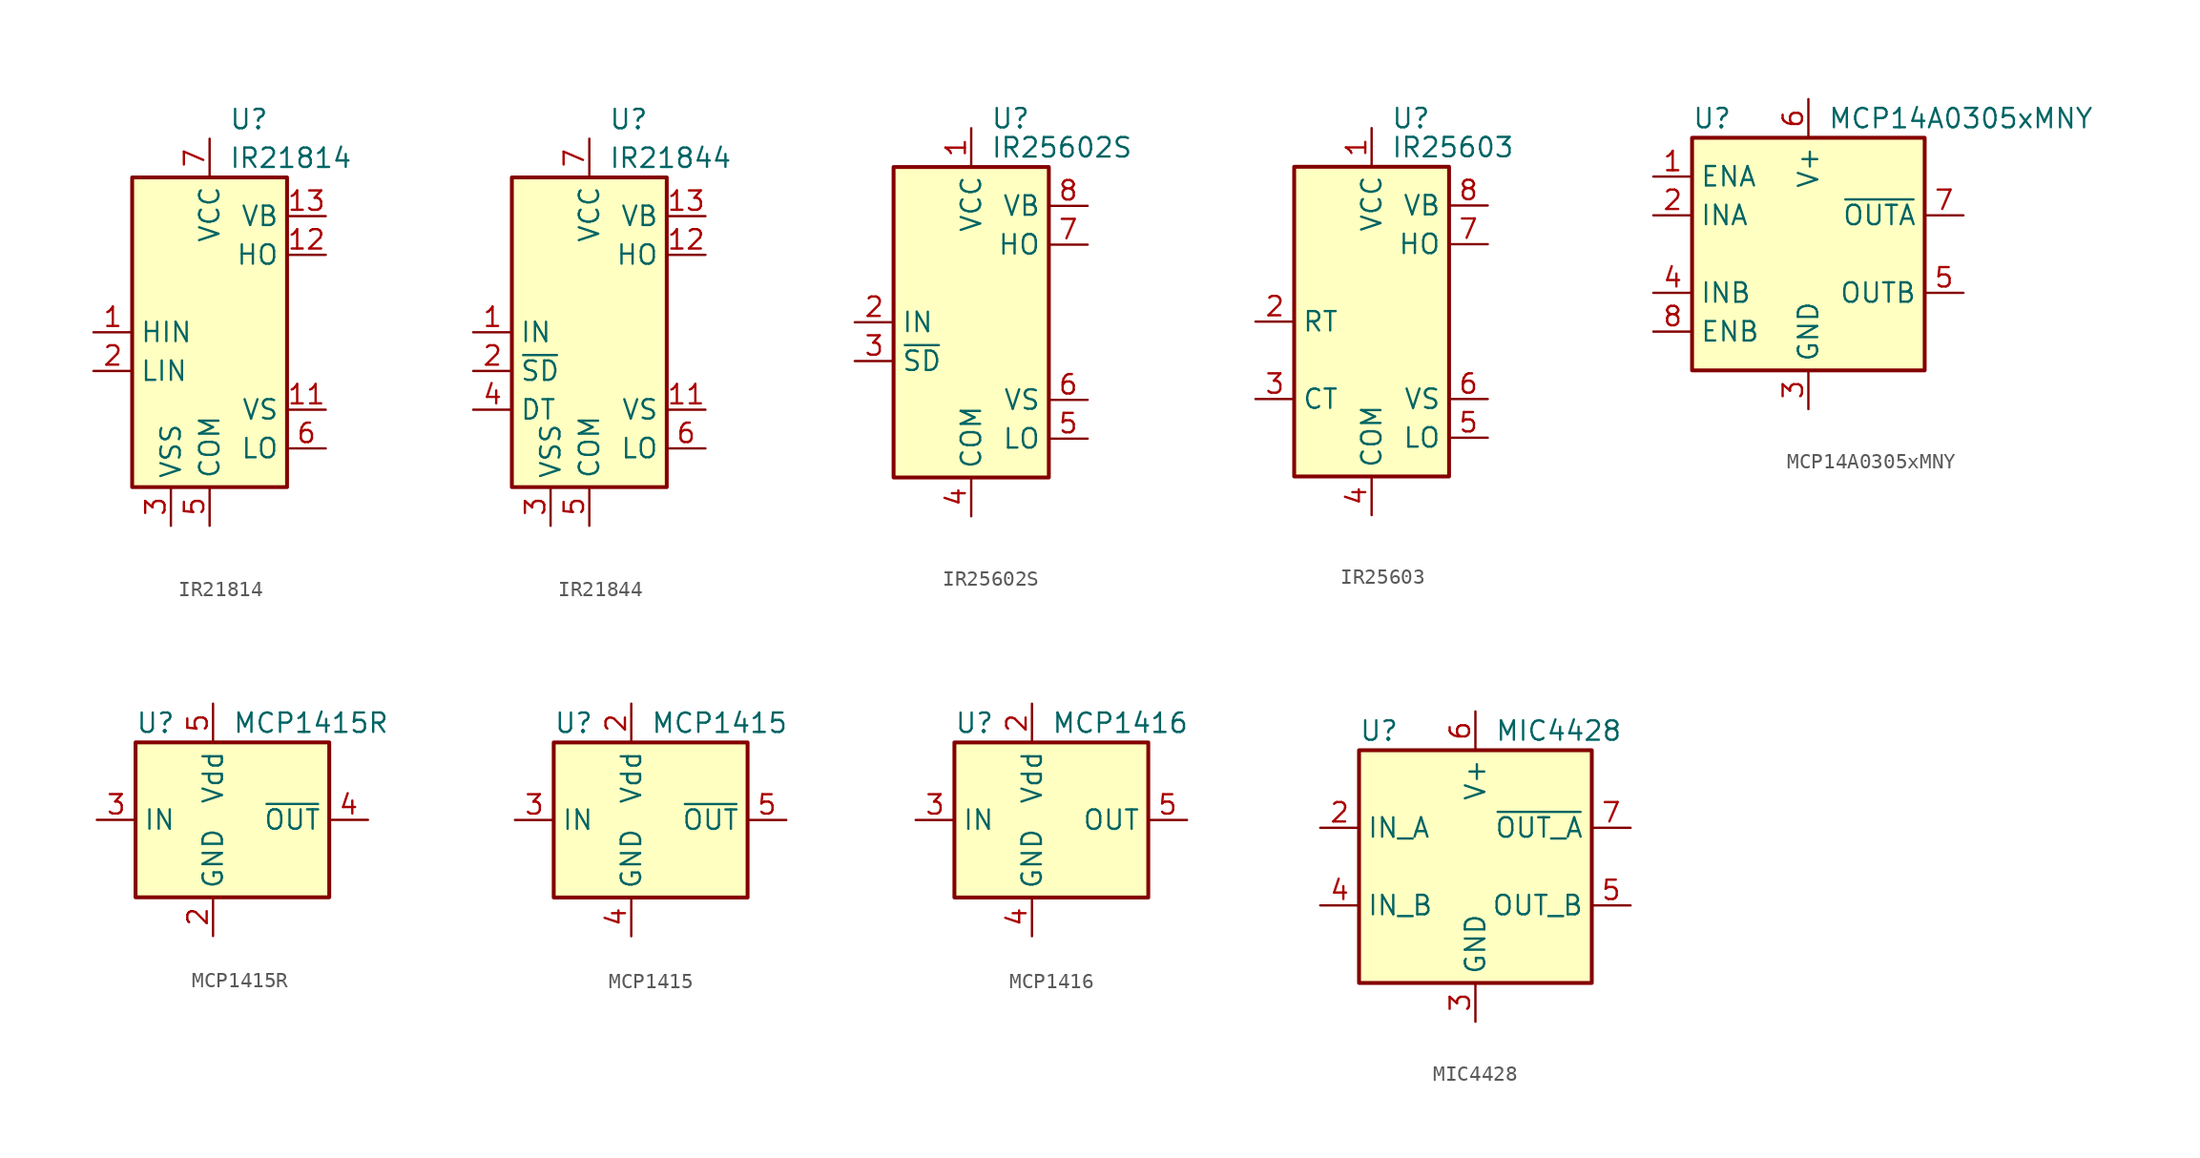
<source format=kicad_sym>
(kicad_symbol_lib
  (version 20201005)
  (generator kicad_symbol_editor)
  (symbol "IR21814"
    (property "Reference" "U"
      (at 1.27 13.97 0)
      (effects (font (size 1.27 1.27)) (justify left)))
    (property "Value" "IR21814"
      (at 1.27 11.43 0)
      (effects (font (size 1.27 1.27)) (justify left)))
    (symbol "IR21814_0_1"
      (rectangle (start -5.08 -10.16) (end 5.08 10.16) (stroke (width 0.254)) (fill (type background))))
    (symbol "IR21814_1_1"
      (pin input line (at -7.62 0 0) (length 2.54) (name "HIN" (effects (font (size 1.27 1.27)))) (number "1" (effects (font (size 1.27 1.27)))))
      (pin no_connect line (at 5.08 2.54 180) (length 2.54) hide (name "NC" (effects (font (size 1.27 1.27)))) (number "10" (effects (font (size 1.27 1.27)))))
      (pin passive line (at 7.62 -5.08 180) (length 2.54) (name "VS" (effects (font (size 1.27 1.27)))) (number "11" (effects (font (size 1.27 1.27)))))
      (pin output line (at 7.62 5.08 180) (length 2.54) (name "HO" (effects (font (size 1.27 1.27)))) (number "12" (effects (font (size 1.27 1.27)))))
      (pin passive line (at 7.62 7.62 180) (length 2.54) (name "VB" (effects (font (size 1.27 1.27)))) (number "13" (effects (font (size 1.27 1.27)))))
      (pin no_connect line (at 5.08 0 180) (length 2.54) hide (name "NC" (effects (font (size 1.27 1.27)))) (number "14" (effects (font (size 1.27 1.27)))))
      (pin input line (at -7.62 -2.54 0) (length 2.54) (name "LIN" (effects (font (size 1.27 1.27)))) (number "2" (effects (font (size 1.27 1.27)))))
      (pin power_in line (at -2.54 -12.7 90) (length 2.54) (name "VSS" (effects (font (size 1.27 1.27)))) (number "3" (effects (font (size 1.27 1.27)))))
      (pin no_connect line (at -5.08 7.62 0) (length 2.54) hide (name "NC" (effects (font (size 1.27 1.27)))) (number "4" (effects (font (size 1.27 1.27)))))
      (pin power_in line (at 0 -12.7 90) (length 2.54) (name "COM" (effects (font (size 1.27 1.27)))) (number "5" (effects (font (size 1.27 1.27)))))
      (pin output line (at 7.62 -7.62 180) (length 2.54) (name "LO" (effects (font (size 1.27 1.27)))) (number "6" (effects (font (size 1.27 1.27)))))
      (pin power_in line (at 0 12.7 270) (length 2.54) (name "VCC" (effects (font (size 1.27 1.27)))) (number "7" (effects (font (size 1.27 1.27)))))
      (pin no_connect line (at -5.08 5.08 0) (length 2.54) hide (name "NC" (effects (font (size 1.27 1.27)))) (number "8" (effects (font (size 1.27 1.27)))))
      (pin no_connect line (at -5.08 2.54 0) (length 2.54) hide (name "NC" (effects (font (size 1.27 1.27)))) (number "9" (effects (font (size 1.27 1.27)))))))
  (symbol "IR21844"
    (property "Reference" "U"
      (at 1.27 13.97 0)
      (effects (font (size 1.27 1.27)) (justify left)))
    (property "Value" "IR21844"
      (at 1.27 11.43 0)
      (effects (font (size 1.27 1.27)) (justify left)))
    (symbol "IR21844_0_1"
      (rectangle (start -5.08 -10.16) (end 5.08 10.16) (stroke (width 0.254)) (fill (type background))))
    (symbol "IR21844_1_1"
      (pin input line (at -7.62 0 0) (length 2.54) (name "IN" (effects (font (size 1.27 1.27)))) (number "1" (effects (font (size 1.27 1.27)))))
      (pin no_connect line (at -5.08 2.54 0) (length 2.54) hide (name "NC" (effects (font (size 1.27 1.27)))) (number "10" (effects (font (size 1.27 1.27)))))
      (pin passive line (at 7.62 -5.08 180) (length 2.54) (name "VS" (effects (font (size 1.27 1.27)))) (number "11" (effects (font (size 1.27 1.27)))))
      (pin output line (at 7.62 5.08 180) (length 2.54) (name "HO" (effects (font (size 1.27 1.27)))) (number "12" (effects (font (size 1.27 1.27)))))
      (pin passive line (at 7.62 7.62 180) (length 2.54) (name "VB" (effects (font (size 1.27 1.27)))) (number "13" (effects (font (size 1.27 1.27)))))
      (pin no_connect line (at 5.08 2.54 180) (length 2.54) hide (name "NC" (effects (font (size 1.27 1.27)))) (number "14" (effects (font (size 1.27 1.27)))))
      (pin input line (at -7.62 -2.54 0) (length 2.54) (name "~SD" (effects (font (size 1.27 1.27)))) (number "2" (effects (font (size 1.27 1.27)))))
      (pin power_in line (at -2.54 -12.7 90) (length 2.54) (name "VSS" (effects (font (size 1.27 1.27)))) (number "3" (effects (font (size 1.27 1.27)))))
      (pin input line (at -7.62 -5.08 0) (length 2.54) (name "DT" (effects (font (size 1.27 1.27)))) (number "4" (effects (font (size 1.27 1.27)))))
      (pin power_in line (at 0 -12.7 90) (length 2.54) (name "COM" (effects (font (size 1.27 1.27)))) (number "5" (effects (font (size 1.27 1.27)))))
      (pin output line (at 7.62 -7.62 180) (length 2.54) (name "LO" (effects (font (size 1.27 1.27)))) (number "6" (effects (font (size 1.27 1.27)))))
      (pin power_in line (at 0 12.7 270) (length 2.54) (name "VCC" (effects (font (size 1.27 1.27)))) (number "7" (effects (font (size 1.27 1.27)))))
      (pin no_connect line (at -5.08 7.62 0) (length 2.54) hide (name "NC" (effects (font (size 1.27 1.27)))) (number "8" (effects (font (size 1.27 1.27)))))
      (pin no_connect line (at -5.08 5.08 0) (length 2.54) hide (name "NC" (effects (font (size 1.27 1.27)))) (number "9" (effects (font (size 1.27 1.27)))))))
  (symbol "IR25602S"
    (property "Reference" "U"
      (at 1.27 13.335 0)
      (effects (font (size 1.27 1.27)) (justify left)))
    (property "Value" "IR25602S"
      (at 1.27 11.43 0)
      (effects (font (size 1.27 1.27)) (justify left)))
    (symbol "IR25602S_0_1"
      (rectangle (start -5.08 -10.16) (end 5.08 10.16) (stroke (width 0.254)) (fill (type background))))
    (symbol "IR25602S_1_1"
      (pin power_in line (at 0 12.7 270) (length 2.54) (name "VCC" (effects (font (size 1.27 1.27)))) (number "1" (effects (font (size 1.27 1.27)))))
      (pin input line (at -7.62 0 0) (length 2.54) (name "IN" (effects (font (size 1.27 1.27)))) (number "2" (effects (font (size 1.27 1.27)))))
      (pin input line (at -7.62 -2.54 0) (length 2.54) (name "~SD" (effects (font (size 1.27 1.27)))) (number "3" (effects (font (size 1.27 1.27)))))
      (pin power_in line (at 0 -12.7 90) (length 2.54) (name "COM" (effects (font (size 1.27 1.27)))) (number "4" (effects (font (size 1.27 1.27)))))
      (pin output line (at 7.62 -7.62 180) (length 2.54) (name "LO" (effects (font (size 1.27 1.27)))) (number "5" (effects (font (size 1.27 1.27)))))
      (pin passive line (at 7.62 -5.08 180) (length 2.54) (name "VS" (effects (font (size 1.27 1.27)))) (number "6" (effects (font (size 1.27 1.27)))))
      (pin output line (at 7.62 5.08 180) (length 2.54) (name "HO" (effects (font (size 1.27 1.27)))) (number "7" (effects (font (size 1.27 1.27)))))
      (pin passive line (at 7.62 7.62 180) (length 2.54) (name "VB" (effects (font (size 1.27 1.27)))) (number "8" (effects (font (size 1.27 1.27)))))))
  (symbol "IR25603"
    (property "Reference" "U"
      (at 1.27 13.335 0)
      (effects (font (size 1.27 1.27)) (justify left)))
    (property "Value" "IR25603"
      (at 1.27 11.43 0)
      (effects (font (size 1.27 1.27)) (justify left)))
    (symbol "IR25603_0_1"
      (rectangle (start -5.08 -10.16) (end 5.08 10.16) (stroke (width 0.254)) (fill (type background))))
    (symbol "IR25603_1_1"
      (pin power_in line (at 0 12.7 270) (length 2.54) (name "VCC" (effects (font (size 1.27 1.27)))) (number "1" (effects (font (size 1.27 1.27)))))
      (pin passive line (at -7.62 0 0) (length 2.54) (name "RT" (effects (font (size 1.27 1.27)))) (number "2" (effects (font (size 1.27 1.27)))))
      (pin passive line (at -7.62 -5.08 0) (length 2.54) (name "CT" (effects (font (size 1.27 1.27)))) (number "3" (effects (font (size 1.27 1.27)))))
      (pin power_in line (at 0 -12.7 90) (length 2.54) (name "COM" (effects (font (size 1.27 1.27)))) (number "4" (effects (font (size 1.27 1.27)))))
      (pin output line (at 7.62 -7.62 180) (length 2.54) (name "LO" (effects (font (size 1.27 1.27)))) (number "5" (effects (font (size 1.27 1.27)))))
      (pin passive line (at 7.62 -5.08 180) (length 2.54) (name "VS" (effects (font (size 1.27 1.27)))) (number "6" (effects (font (size 1.27 1.27)))))
      (pin output line (at 7.62 5.08 180) (length 2.54) (name "HO" (effects (font (size 1.27 1.27)))) (number "7" (effects (font (size 1.27 1.27)))))
      (pin passive line (at 7.62 7.62 180) (length 2.54) (name "VB" (effects (font (size 1.27 1.27)))) (number "8" (effects (font (size 1.27 1.27)))))))
  (symbol "MCP14A0305xMNY"
    (property "Reference" "U"
      (at -7.62 8.89 0)
      (effects (font (size 1.27 1.27)) (justify left)))
    (property "Value" "MCP14A0305xMNY"
      (at 1.27 8.89 0)
      (effects (font (size 1.27 1.27)) (justify left)))
    (symbol "MCP14A0305xMNY_0_1"
      (rectangle (start -7.62 -7.62) (end 7.62 7.62) (stroke (width 0.254)) (fill (type background))))
    (symbol "MCP14A0305xMNY_1_1"
      (pin input line (at -10.16 5.08 0) (length 2.54) (name "ENA" (effects (font (size 1.27 1.27)))) (number "1" (effects (font (size 1.27 1.27)))))
      (pin input line (at -10.16 2.54 0) (length 2.54) (name "INA" (effects (font (size 1.27 1.27)))) (number "2" (effects (font (size 1.27 1.27)))))
      (pin power_in line (at 0 -10.16 90) (length 2.54) (name "GND" (effects (font (size 1.27 1.27)))) (number "3" (effects (font (size 1.27 1.27)))))
      (pin input line (at -10.16 -2.54 0) (length 2.54) (name "INB" (effects (font (size 1.27 1.27)))) (number "4" (effects (font (size 1.27 1.27)))))
      (pin output line (at 10.16 -2.54 180) (length 2.54) (name "OUTB" (effects (font (size 1.27 1.27)))) (number "5" (effects (font (size 1.27 1.27)))))
      (pin power_in line (at 0 10.16 270) (length 2.54) (name "V+" (effects (font (size 1.27 1.27)))) (number "6" (effects (font (size 1.27 1.27)))))
      (pin output line (at 10.16 2.54 180) (length 2.54) (name "~OUTA" (effects (font (size 1.27 1.27)))) (number "7" (effects (font (size 1.27 1.27)))))
      (pin input line (at -10.16 -5.08 0) (length 2.54) (name "ENB" (effects (font (size 1.27 1.27)))) (number "8" (effects (font (size 1.27 1.27)))))
      (pin passive line (at 0 -10.16 90) (length 2.54) hide (name "GND" (effects (font (size 1.27 1.27)))) (number "9" (effects (font (size 1.27 1.27)))))))
  (symbol "MCP1415R"
    (property "Reference" "U"
      (at -5.08 6.35 0)
      (effects (font (size 1.27 1.27)) (justify left)))
    (property "Value" "MCP1415R"
      (at 1.27 6.35 0)
      (effects (font (size 1.27 1.27)) (justify left)))
    (symbol "MCP1415R_0_1"
      (rectangle (start -5.08 5.08) (end 7.62 -5.08) (stroke (width 0.254)) (fill (type background))))
    (symbol "MCP1415R_1_1"
      (pin no_connect line (at 7.62 -2.54 180) (length 2.54) hide (name "NC" (effects (font (size 1.27 1.27)))) (number "1" (effects (font (size 1.27 1.27)))))
      (pin power_in line (at 0 -7.62 90) (length 2.54) (name "GND" (effects (font (size 1.27 1.27)))) (number "2" (effects (font (size 1.27 1.27)))))
      (pin input line (at -7.62 0 0) (length 2.54) (name "IN" (effects (font (size 1.27 1.27)))) (number "3" (effects (font (size 1.27 1.27)))))
      (pin output line (at 10.16 0 180) (length 2.54) (name "~OUT" (effects (font (size 1.27 1.27)))) (number "4" (effects (font (size 1.27 1.27)))))
      (pin power_in line (at 0 7.62 270) (length 2.54) (name "Vdd" (effects (font (size 1.27 1.27)))) (number "5" (effects (font (size 1.27 1.27)))))))
  (symbol "MCP1415"
    (property "Reference" "U"
      (at -5.08 6.35 0)
      (effects (font (size 1.27 1.27)) (justify left)))
    (property "Value" "MCP1415"
      (at 1.27 6.35 0)
      (effects (font (size 1.27 1.27)) (justify left)))
    (symbol "MCP1415_0_1"
      (rectangle (start -5.08 5.08) (end 7.62 -5.08) (stroke (width 0.254)) (fill (type background))))
    (symbol "MCP1415_1_1"
      (pin no_connect line (at 7.62 -2.54 180) (length 2.54) hide (name "NC" (effects (font (size 1.27 1.27)))) (number "1" (effects (font (size 1.27 1.27)))))
      (pin power_in line (at 0 7.62 270) (length 2.54) (name "Vdd" (effects (font (size 1.27 1.27)))) (number "2" (effects (font (size 1.27 1.27)))))
      (pin input line (at -7.62 0 0) (length 2.54) (name "IN" (effects (font (size 1.27 1.27)))) (number "3" (effects (font (size 1.27 1.27)))))
      (pin power_in line (at 0 -7.62 90) (length 2.54) (name "GND" (effects (font (size 1.27 1.27)))) (number "4" (effects (font (size 1.27 1.27)))))
      (pin output line (at 10.16 0 180) (length 2.54) (name "~OUT" (effects (font (size 1.27 1.27)))) (number "5" (effects (font (size 1.27 1.27)))))))
  (symbol "MCP1416"
    (property "Reference" "U"
      (at -5.08 6.35 0)
      (effects (font (size 1.27 1.27)) (justify left)))
    (property "Value" "MCP1416"
      (at 1.27 6.35 0)
      (effects (font (size 1.27 1.27)) (justify left)))
    (symbol "MCP1416_0_1"
      (rectangle (start -5.08 5.08) (end 7.62 -5.08) (stroke (width 0.254)) (fill (type background))))
    (symbol "MCP1416_1_1"
      (pin no_connect line (at 7.62 -2.54 180) (length 2.54) hide (name "NC" (effects (font (size 1.27 1.27)))) (number "1" (effects (font (size 1.27 1.27)))))
      (pin power_in line (at 0 7.62 270) (length 2.54) (name "Vdd" (effects (font (size 1.27 1.27)))) (number "2" (effects (font (size 1.27 1.27)))))
      (pin input line (at -7.62 0 0) (length 2.54) (name "IN" (effects (font (size 1.27 1.27)))) (number "3" (effects (font (size 1.27 1.27)))))
      (pin power_in line (at 0 -7.62 90) (length 2.54) (name "GND" (effects (font (size 1.27 1.27)))) (number "4" (effects (font (size 1.27 1.27)))))
      (pin output line (at 10.16 0 180) (length 2.54) (name "OUT" (effects (font (size 1.27 1.27)))) (number "5" (effects (font (size 1.27 1.27)))))))
  (symbol "MIC4428"
    (property "Reference" "U"
      (at -7.62 8.89 0)
      (effects (font (size 1.27 1.27)) (justify left)))
    (property "Value" "MIC4428"
      (at 1.27 8.89 0)
      (effects (font (size 1.27 1.27)) (justify left)))
    (symbol "MIC4428_0_1"
      (rectangle (start -7.62 -7.62) (end 7.62 7.62) (stroke (width 0.254)) (fill (type background))))
    (symbol "MIC4428_1_1"
      (pin no_connect line (at -7.62 0 0) (length 2.54) hide (name "NC" (effects (font (size 1.27 1.27)))) (number "1" (effects (font (size 1.27 1.27)))))
      (pin input line (at -10.16 2.54 0) (length 2.54) (name "IN_A" (effects (font (size 1.27 1.27)))) (number "2" (effects (font (size 1.27 1.27)))))
      (pin power_in line (at 0 -10.16 90) (length 2.54) (name "GND" (effects (font (size 1.27 1.27)))) (number "3" (effects (font (size 1.27 1.27)))))
      (pin input line (at -10.16 -2.54 0) (length 2.54) (name "IN_B" (effects (font (size 1.27 1.27)))) (number "4" (effects (font (size 1.27 1.27)))))
      (pin output line (at 10.16 -2.54 180) (length 2.54) (name "OUT_B" (effects (font (size 1.27 1.27)))) (number "5" (effects (font (size 1.27 1.27)))))
      (pin power_in line (at 0 10.16 270) (length 2.54) (name "V+" (effects (font (size 1.27 1.27)))) (number "6" (effects (font (size 1.27 1.27)))))
      (pin output line (at 10.16 2.54 180) (length 2.54) (name "~OUT_A" (effects (font (size 1.27 1.27)))) (number "7" (effects (font (size 1.27 1.27)))))
      (pin no_connect line (at 7.62 0 180) (length 2.54) hide (name "NC" (effects (font (size 1.27 1.27)))) (number "8" (effects (font (size 1.27 1.27))))))))
</source>
